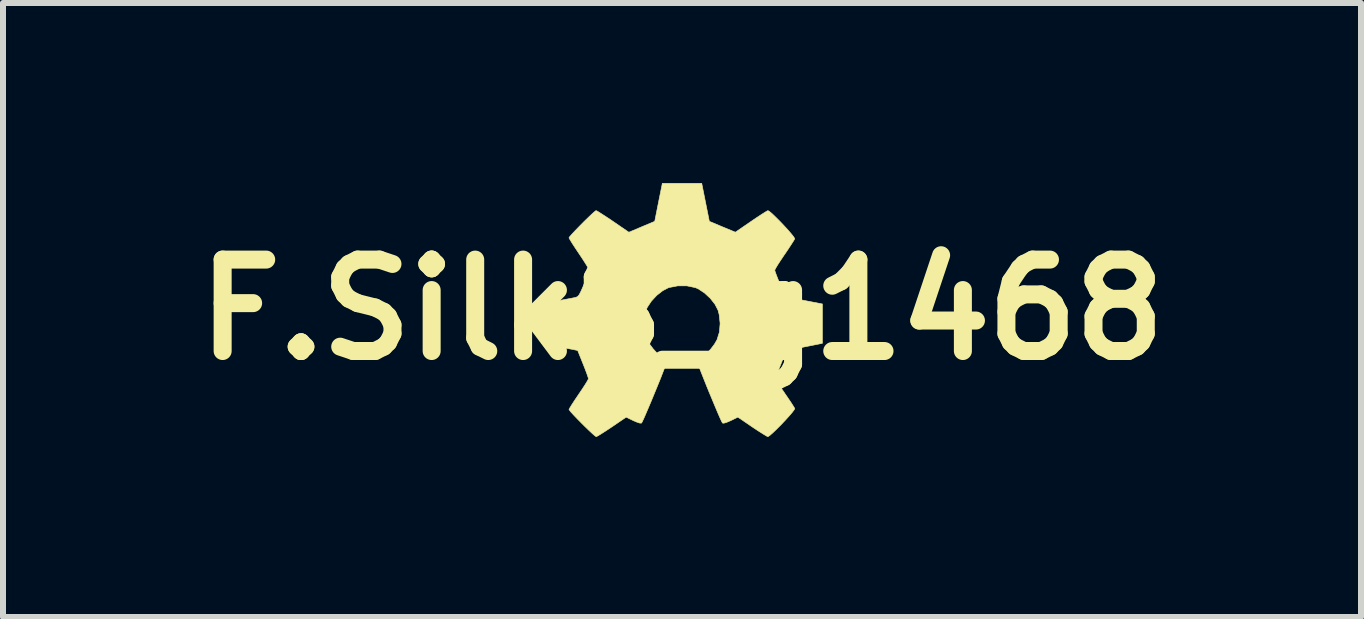
<source format=kicad_pcb>
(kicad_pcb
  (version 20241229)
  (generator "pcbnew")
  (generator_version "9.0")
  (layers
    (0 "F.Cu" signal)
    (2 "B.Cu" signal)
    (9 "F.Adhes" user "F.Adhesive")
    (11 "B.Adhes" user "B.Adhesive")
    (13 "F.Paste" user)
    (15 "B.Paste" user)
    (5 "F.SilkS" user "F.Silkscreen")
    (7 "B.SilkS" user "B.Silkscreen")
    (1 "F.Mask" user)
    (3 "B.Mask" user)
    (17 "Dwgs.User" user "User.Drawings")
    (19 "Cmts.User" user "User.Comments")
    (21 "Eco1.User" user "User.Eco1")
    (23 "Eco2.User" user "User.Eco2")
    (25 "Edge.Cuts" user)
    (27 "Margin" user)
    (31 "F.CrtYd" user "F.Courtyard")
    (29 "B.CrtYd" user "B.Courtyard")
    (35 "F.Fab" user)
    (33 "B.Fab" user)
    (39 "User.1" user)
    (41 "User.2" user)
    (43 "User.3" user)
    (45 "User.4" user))
  (footprint "F.SilkS_g1468"
    (layer "F.Cu")
    (at 8.317 2.111)
    (property "Reference" "F.SilkS_g1468" (at 0 0 0) (layer "F.SilkS") (effects (font (size 1.524 1.524) (thickness 0.3))))
    (attr through_hole)
    (fp_poly (pts (xy 0.455 -1.472) (xy 0.672 -1.381) (xy 0.889 -1.291) (xy 1.151 -1.471) (xy 1.244 -1.534) (xy 1.325 -1.587) (xy 1.388 -1.627) (xy 1.425 -1.648) (xy 1.432 -1.651) (xy 1.458 -1.636) (xy 1.504 -1.597) (xy 1.564 -1.539) (xy 1.633 -1.47) (xy 1.703 -1.396) (xy 1.769 -1.324) (xy 1.825 -1.259) (xy 1.863 -1.21) (xy 1.878 -1.182) (xy 1.878 -1.18) (xy 1.862 -1.152) (xy 1.827 -1.097) (xy 1.778 -1.022) (xy 1.719 -0.934) (xy 1.706 -0.916) (xy 1.647 -0.828) (xy 1.597 -0.751) (xy 1.562 -0.693) (xy 1.546 -0.661) (xy 1.545 -0.658) (xy 1.553 -0.63) (xy 1.574 -0.572) (xy 1.605 -0.493) (xy 1.634 -0.423) (xy 1.674 -0.33) (xy 1.703 -0.268) (xy 1.728 -0.231) (xy 1.752 -0.212) (xy 1.782 -0.202) (xy 1.798 -0.199) (xy 1.85 -0.189) (xy 1.931 -0.174) (xy 2.029 -0.155) (xy 2.106 -0.14) (xy 2.339 -0.095) (xy 2.339 0.561) (xy 2.159 0.597) (xy 2.058 0.617) (xy 1.954 0.638) (xy 1.87 0.654) (xy 1.859 0.656) (xy 1.739 0.68) (xy 1.649 0.904) (xy 1.613 0.995) (xy 1.584 1.073) (xy 1.565 1.128) (xy 1.56 1.151) (xy 1.571 1.177) (xy 1.603 1.229) (xy 1.649 1.302) (xy 1.707 1.386) (xy 1.714 1.397) (xy 1.773 1.483) (xy 1.824 1.559) (xy 1.86 1.616) (xy 1.878 1.646) (xy 1.879 1.648) (xy 1.868 1.67) (xy 1.833 1.716) (xy 1.78 1.778) (xy 1.715 1.849) (xy 1.645 1.923) (xy 1.575 1.993) (xy 1.512 2.053) (xy 1.463 2.096) (xy 1.433 2.116) (xy 1.43 2.117) (xy 1.406 2.105) (xy 1.355 2.074) (xy 1.282 2.028) (xy 1.195 1.971) (xy 1.17 1.954) (xy 0.931 1.791) (xy 0.812 1.849) (xy 0.747 1.877) (xy 0.698 1.892) (xy 0.675 1.89) (xy 0.661 1.865) (xy 0.634 1.807) (xy 0.597 1.722) (xy 0.553 1.618) (xy 0.504 1.5) (xy 0.452 1.376) (xy 0.402 1.253) (xy 0.355 1.135) (xy 0.314 1.031) (xy 0.281 0.947) (xy 0.261 0.889) (xy 0.254 0.864) (xy 0.272 0.829) (xy 0.296 0.815) (xy 0.349 0.785) (xy 0.414 0.728) (xy 0.481 0.654) (xy 0.54 0.576) (xy 0.583 0.502) (xy 0.623 0.374) (xy 0.635 0.229) (xy 0.619 0.082) (xy 0.6 0.009) (xy 0.549 -0.09) (xy 0.471 -0.189) (xy 0.375 -0.278) (xy 0.274 -0.345) (xy 0.224 -0.367) (xy 0.081 -0.397) (xy -0.072 -0.397) (xy -0.216 -0.369) (xy -0.224 -0.367) (xy -0.322 -0.316) (xy -0.422 -0.238) (xy -0.511 -0.142) (xy -0.578 -0.041) (xy -0.6 0.009) (xy -0.63 0.15) (xy -0.633 0.298) (xy -0.607 0.438) (xy -0.583 0.502) (xy -0.539 0.577) (xy -0.479 0.656) (xy -0.412 0.729) (xy -0.348 0.785) (xy -0.296 0.815) (xy -0.262 0.841) (xy -0.254 0.864) (xy -0.262 0.892) (xy -0.284 0.953) (xy -0.317 1.039) (xy -0.358 1.145) (xy -0.406 1.263) (xy -0.457 1.387) (xy -0.508 1.511) (xy -0.557 1.627) (xy -0.601 1.73) (xy -0.637 1.813) (xy -0.663 1.868) (xy -0.675 1.89) (xy -0.702 1.891) (xy -0.754 1.874) (xy -0.812 1.849) (xy -0.931 1.791) (xy -1.17 1.954) (xy -1.259 2.013) (xy -1.337 2.063) (xy -1.395 2.099) (xy -1.427 2.116) (xy -1.43 2.117) (xy -1.452 2.102) (xy -1.497 2.063) (xy -1.56 2.004) (xy -1.635 1.931) (xy -1.667 1.899) (xy -1.744 1.821) (xy -1.809 1.753) (xy -1.857 1.7) (xy -1.881 1.669) (xy -1.884 1.664) (xy -1.872 1.641) (xy -1.841 1.59) (xy -1.795 1.519) (xy -1.737 1.433) (xy -1.722 1.411) (xy -1.662 1.322) (xy -1.612 1.245) (xy -1.577 1.187) (xy -1.56 1.154) (xy -1.559 1.151) (xy -1.567 1.123) (xy -1.587 1.065) (xy -1.617 0.985) (xy -1.649 0.904) (xy -1.739 0.68) (xy -1.859 0.656) (xy -1.939 0.641) (xy -2.041 0.62) (xy -2.144 0.6) (xy -2.159 0.597) (xy -2.339 0.561) (xy -2.339 -0.095) (xy -2.106 -0.14) (xy -2.003 -0.16) (xy -1.908 -0.178) (xy -1.834 -0.192) (xy -1.798 -0.199) (xy -1.764 -0.207) (xy -1.738 -0.221) (xy -1.714 -0.249) (xy -1.688 -0.299) (xy -1.653 -0.377) (xy -1.634 -0.423) (xy -1.598 -0.511) (xy -1.569 -0.586) (xy -1.55 -0.638) (xy -1.545 -0.657) (xy -1.556 -0.682) (xy -1.588 -0.735) (xy -1.634 -0.809) (xy -1.692 -0.897) (xy -1.714 -0.93) (xy -1.775 -1.021) (xy -1.826 -1.099) (xy -1.863 -1.159) (xy -1.882 -1.193) (xy -1.884 -1.198) (xy -1.87 -1.219) (xy -1.831 -1.263) (xy -1.775 -1.323) (xy -1.708 -1.392) (xy -1.636 -1.465) (xy -1.566 -1.533) (xy -1.505 -1.591) (xy -1.458 -1.633) (xy -1.434 -1.651) (xy -1.432 -1.651) (xy -1.409 -1.64) (xy -1.358 -1.608) (xy -1.285 -1.561) (xy -1.197 -1.503) (xy -1.15 -1.471) (xy -0.886 -1.29) (xy -0.671 -1.381) (xy -0.455 -1.472) (xy -0.392 -1.789) (xy -0.328 -2.106) (xy 0.328 -2.106) (xy 0.455 -1.472)) (stroke (width 0.01) (type solid)) (fill yes) (layer "F.SilkS")))
  (gr_rect
    (start -3 -3)
    (end 19.633 7.233)
    (stroke (width 0.1) (type default))
    (fill no)
    (layer "Edge.Cuts")))
</source>
